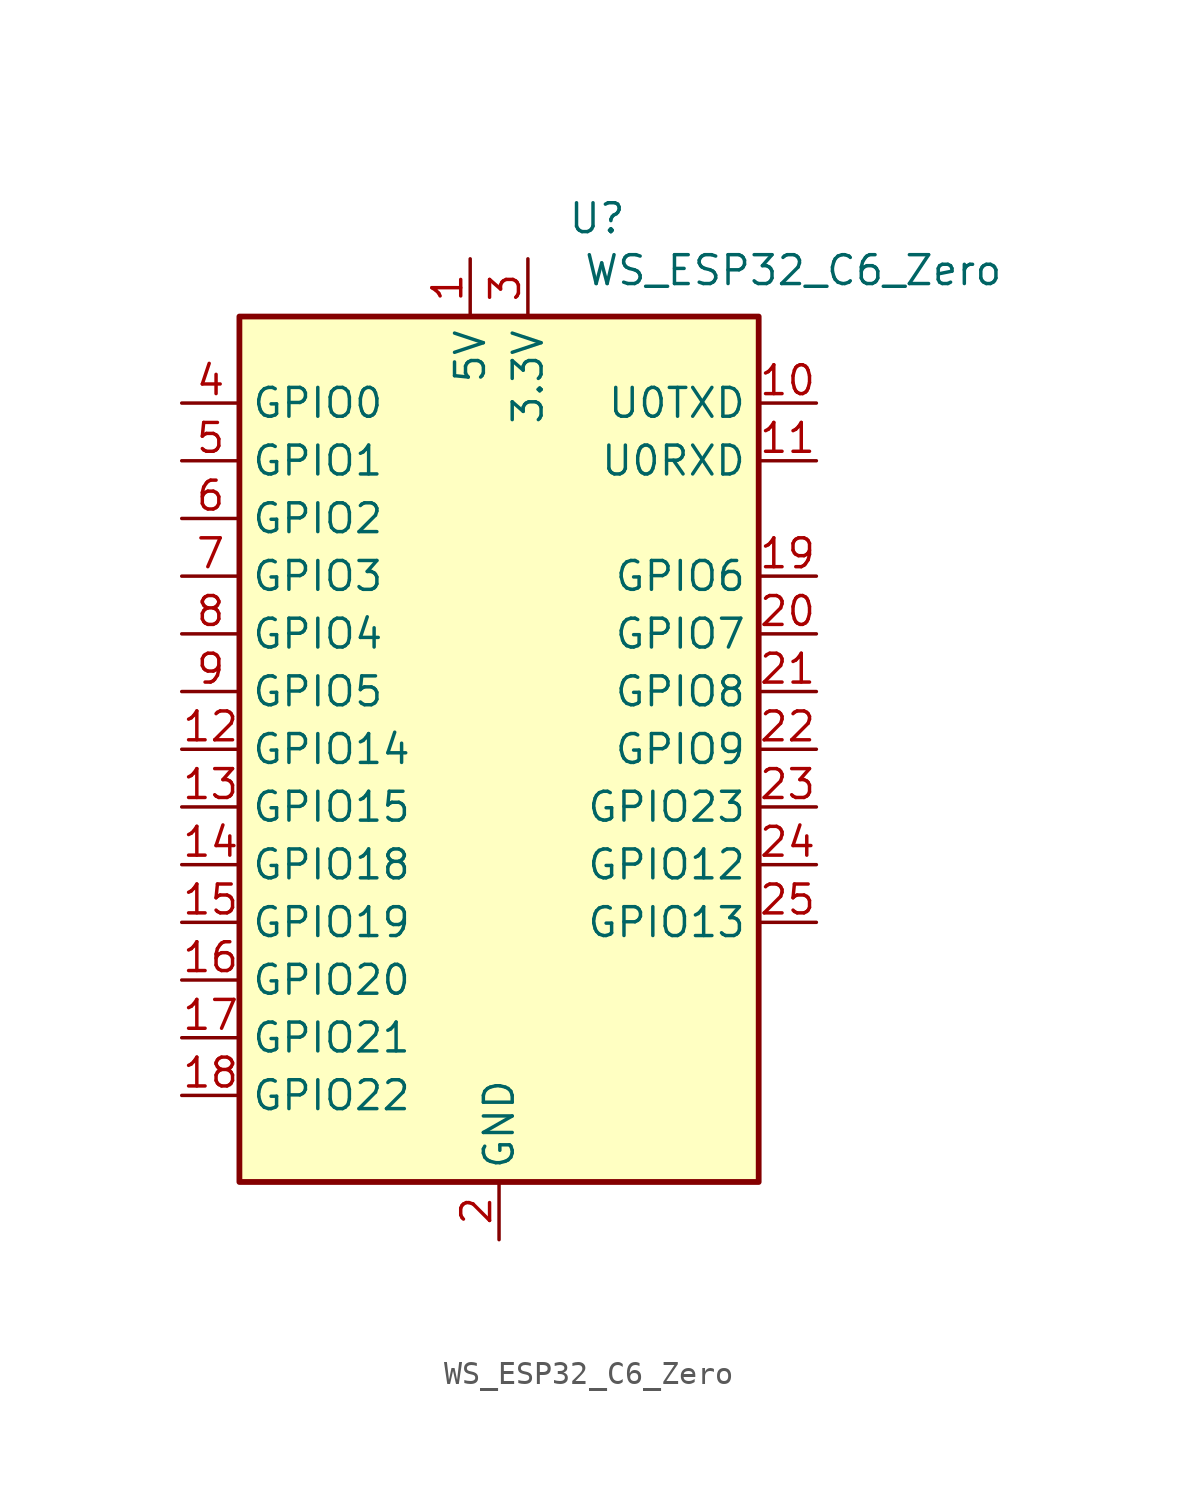
<source format=kicad_sym>
(kicad_symbol_lib
  (version 20241209)
  (generator "kicad_symbol_editor")
  (generator_version "9.0")
  (symbol "WS_ESP32_C6_Zero"
    (property "Reference" "U"
      (at 4.318 23.368 0)
      (effects (font (size 1.27 1.27))))
    (property "Value" "WS_ESP32_C6_Zero"
      (at 12.954 21.082 0)
      (effects (font (size 1.27 1.27))))
    (symbol "WS_ESP32_C6_Zero_1_1"
      (rectangle (start -11.43 19.05) (end 11.43 -19.05) (stroke (width 0.254) (type default)) (fill (type background)))
      (pin bidirectional line (at -13.97 15.24 0) (length 2.54) (name "GPIO0" (effects (font (size 1.27 1.27)))) (number "4" (effects (font (size 1.27 1.27)))))
      (pin bidirectional line (at -13.97 12.7 0) (length 2.54) (name "GPIO1" (effects (font (size 1.27 1.27)))) (number "5" (effects (font (size 1.27 1.27)))))
      (pin bidirectional line (at -13.97 10.16 0) (length 2.54) (name "GPIO2" (effects (font (size 1.27 1.27)))) (number "6" (effects (font (size 1.27 1.27)))))
      (pin bidirectional line (at -13.97 7.62 0) (length 2.54) (name "GPIO3" (effects (font (size 1.27 1.27)))) (number "7" (effects (font (size 1.27 1.27)))))
      (pin bidirectional line (at -13.97 5.08 0) (length 2.54) (name "GPIO4" (effects (font (size 1.27 1.27)))) (number "8" (effects (font (size 1.27 1.27)))))
      (pin bidirectional line (at -13.97 2.54 0) (length 2.54) (name "GPIO5" (effects (font (size 1.27 1.27)))) (number "9" (effects (font (size 1.27 1.27)))))
      (pin bidirectional line (at -13.97 0 0) (length 2.54) (name "GPIO14" (effects (font (size 1.27 1.27)))) (number "12" (effects (font (size 1.27 1.27)))))
      (pin bidirectional line (at -13.97 -2.54 0) (length 2.54) (name "GPIO15" (effects (font (size 1.27 1.27)))) (number "13" (effects (font (size 1.27 1.27)))))
      (pin bidirectional line (at -13.97 -5.08 0) (length 2.54) (name "GPIO18" (effects (font (size 1.27 1.27)))) (number "14" (effects (font (size 1.27 1.27)))))
      (pin bidirectional line (at -13.97 -7.62 0) (length 2.54) (name "GPIO19" (effects (font (size 1.27 1.27)))) (number "15" (effects (font (size 1.27 1.27)))))
      (pin bidirectional line (at -13.97 -10.16 0) (length 2.54) (name "GPIO20" (effects (font (size 1.27 1.27)))) (number "16" (effects (font (size 1.27 1.27)))))
      (pin bidirectional line (at -13.97 -12.7 0) (length 2.54) (name "GPIO21" (effects (font (size 1.27 1.27)))) (number "17" (effects (font (size 1.27 1.27)))))
      (pin bidirectional line (at -13.97 -15.24 0) (length 2.54) (name "GPIO22" (effects (font (size 1.27 1.27)))) (number "18" (effects (font (size 1.27 1.27)))))
      (pin power_in line (at -1.27 21.59 270) (length 2.54) (name "5V" (effects (font (size 1.27 1.27)))) (number "1" (effects (font (size 1.27 1.27)))))
      (pin power_in line (at 0 -21.59 90) (length 2.54) (name "GND" (effects (font (size 1.27 1.27)))) (number "2" (effects (font (size 1.27 1.27)))))
      (pin power_in line (at 1.27 21.59 270) (length 2.54) (name "3.3V" (effects (font (size 1.27 1.27)))) (number "3" (effects (font (size 1.27 1.27)))))
      (pin bidirectional line (at 13.97 15.24 180) (length 2.54) (name "U0TXD" (effects (font (size 1.27 1.27)))) (number "10" (effects (font (size 1.27 1.27)))))
      (pin bidirectional line (at 13.97 12.7 180) (length 2.54) (name "U0RXD" (effects (font (size 1.27 1.27)))) (number "11" (effects (font (size 1.27 1.27)))))
      (pin bidirectional line (at 13.97 7.62 180) (length 2.54) (name "GPIO6" (effects (font (size 1.27 1.27)))) (number "19" (effects (font (size 1.27 1.27)))))
      (pin bidirectional line (at 13.97 5.08 180) (length 2.54) (name "GPIO7" (effects (font (size 1.27 1.27)))) (number "20" (effects (font (size 1.27 1.27)))))
      (pin bidirectional line (at 13.97 2.54 180) (length 2.54) (name "GPIO8" (effects (font (size 1.27 1.27)))) (number "21" (effects (font (size 1.27 1.27)))))
      (pin bidirectional line (at 13.97 0 180) (length 2.54) (name "GPIO9" (effects (font (size 1.27 1.27)))) (number "22" (effects (font (size 1.27 1.27)))))
      (pin bidirectional line (at 13.97 -2.54 180) (length 2.54) (name "GPIO23" (effects (font (size 1.27 1.27)))) (number "23" (effects (font (size 1.27 1.27)))))
      (pin bidirectional line (at 13.97 -5.08 180) (length 2.54) (name "GPIO12" (effects (font (size 1.27 1.27)))) (number "24" (effects (font (size 1.27 1.27)))))
      (pin bidirectional line (at 13.97 -7.62 180) (length 2.54) (name "GPIO13" (effects (font (size 1.27 1.27)))) (number "25" (effects (font (size 1.27 1.27))))))))
</source>
